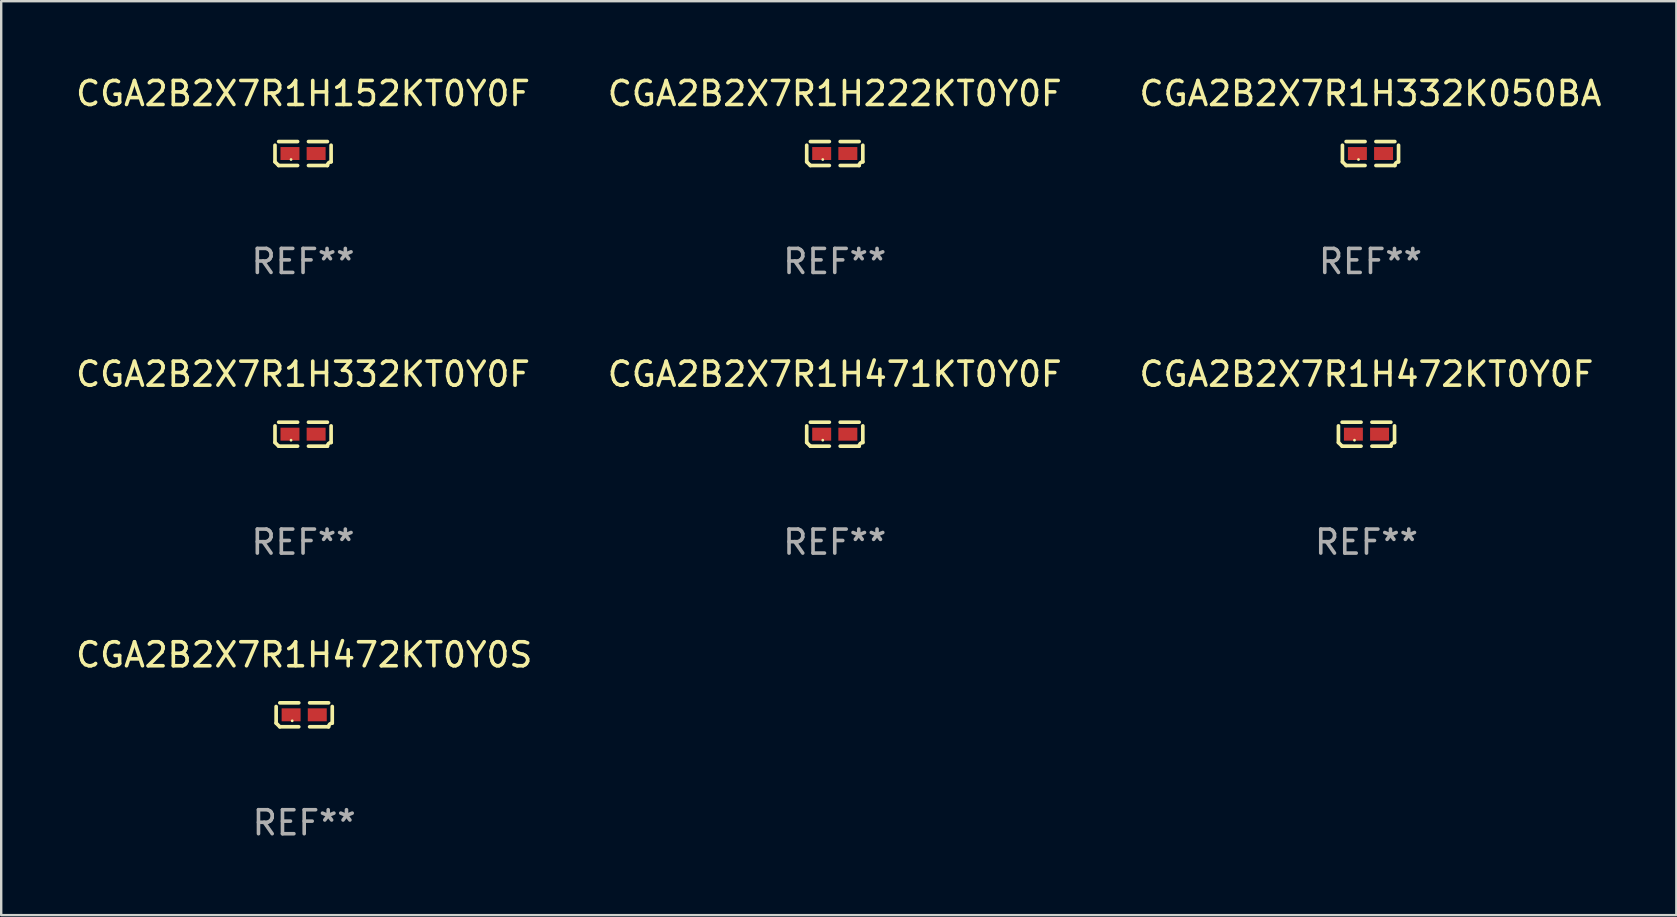
<source format=kicad_pcb>
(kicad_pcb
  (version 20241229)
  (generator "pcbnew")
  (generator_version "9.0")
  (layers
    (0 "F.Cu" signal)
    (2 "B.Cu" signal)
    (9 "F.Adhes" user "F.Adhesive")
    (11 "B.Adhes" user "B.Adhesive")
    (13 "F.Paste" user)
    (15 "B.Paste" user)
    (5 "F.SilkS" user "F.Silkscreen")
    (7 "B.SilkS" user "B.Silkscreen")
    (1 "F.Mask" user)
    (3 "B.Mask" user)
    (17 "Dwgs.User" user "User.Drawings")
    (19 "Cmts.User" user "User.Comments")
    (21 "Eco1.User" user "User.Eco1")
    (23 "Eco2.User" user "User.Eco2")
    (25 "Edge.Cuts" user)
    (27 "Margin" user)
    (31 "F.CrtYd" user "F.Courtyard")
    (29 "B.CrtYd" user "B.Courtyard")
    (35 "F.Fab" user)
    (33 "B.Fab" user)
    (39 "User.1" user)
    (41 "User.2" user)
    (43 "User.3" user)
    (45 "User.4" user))
  (footprint "CGA2B2X7R1H332KT0Y0F"
    (layer "F.Cu")
    (at 9.577 15.041)
    (property "Reference" "CGA2B2X7R1H332KT0Y0F" (at 0 -2.499 0) (layer "F.SilkS") (effects (font (size 1 1) (thickness 0.15))))
    (attr through_hole)
    (fp_line (start -1.169 0.346) (end -1.169 -0.346) (stroke (width 0.152) (type solid)) (layer "F.SilkS"))
    (fp_line (start -1.016 -0.499) (end -0.226 -0.499) (stroke (width 0.152) (type solid)) (layer "F.SilkS"))
    (fp_line (start -0.226 0.499) (end -1.016 0.499) (stroke (width 0.152) (type solid)) (layer "F.SilkS"))
    (fp_line (start 0.226 0.499) (end 1.016 0.499) (stroke (width 0.152) (type solid)) (layer "F.SilkS"))
    (fp_line (start 1.016 -0.499) (end 0.226 -0.499) (stroke (width 0.152) (type solid)) (layer "F.SilkS"))
    (fp_line (start 1.169 0.346) (end 1.169 -0.346) (stroke (width 0.152) (type solid)) (layer "F.SilkS"))
    (fp_arc (start -1.016307 0.498603) (mid -1.092512 0.422405) (end -1.16871 0.3462) (stroke (width 0.1524) (type solid)) (layer "F.SilkS"))
    (fp_arc (start 1.016307 0.498603) (mid 1.060899 0.390758) (end 1.168707 0.346076) (stroke (width 0.1524) (type solid)) (layer "F.SilkS"))
    (fp_circle (center -0.5 0.25) (end -0.47 0.25) (stroke (width 0.06) (type solid)) (fill no) (layer "F.SilkS"))
    (fp_text user "REF**" (at 0 4.499 0) (layer "F.Fab") (effects (font (size 1 1) (thickness 0.15))))
    (pad "1" smd rect (at -0.545 0) (size 0.79 0.54) (layers "F.Cu" "F.Mask" "F.Paste"))
    (pad "2" smd rect (at 0.545 0) (size 0.79 0.54) (layers "F.Cu" "F.Mask" "F.Paste")))
  (footprint "CGA2B2X7R1H332K050BA"
    (layer "F.Cu")
    (at 54.054 3.347)
    (property "Reference" "CGA2B2X7R1H332K050BA" (at 0 -2.499 0) (layer "F.SilkS") (effects (font (size 1 1) (thickness 0.15))))
    (attr through_hole)
    (fp_line (start -1.169 0.346) (end -1.169 -0.346) (stroke (width 0.152) (type solid)) (layer "F.SilkS"))
    (fp_line (start -1.016 -0.499) (end -0.226 -0.499) (stroke (width 0.152) (type solid)) (layer "F.SilkS"))
    (fp_line (start -0.226 0.499) (end -1.016 0.499) (stroke (width 0.152) (type solid)) (layer "F.SilkS"))
    (fp_line (start 0.226 0.499) (end 1.016 0.499) (stroke (width 0.152) (type solid)) (layer "F.SilkS"))
    (fp_line (start 1.016 -0.499) (end 0.226 -0.499) (stroke (width 0.152) (type solid)) (layer "F.SilkS"))
    (fp_line (start 1.169 0.346) (end 1.169 -0.346) (stroke (width 0.152) (type solid)) (layer "F.SilkS"))
    (fp_arc (start -1.016307 0.498603) (mid -1.092512 0.422405) (end -1.16871 0.3462) (stroke (width 0.1524) (type solid)) (layer "F.SilkS"))
    (fp_arc (start 1.016307 0.498603) (mid 1.060899 0.390758) (end 1.168707 0.346076) (stroke (width 0.1524) (type solid)) (layer "F.SilkS"))
    (fp_circle (center -0.5 0.25) (end -0.47 0.25) (stroke (width 0.06) (type solid)) (fill no) (layer "F.SilkS"))
    (fp_text user "REF**" (at 0 4.499 0) (layer "F.Fab") (effects (font (size 1 1) (thickness 0.15))))
    (pad "1" smd rect (at -0.545 0) (size 0.79 0.54) (layers "F.Cu" "F.Mask" "F.Paste"))
    (pad "2" smd rect (at 0.545 0) (size 0.79 0.54) (layers "F.Cu" "F.Mask" "F.Paste")))
  (footprint "CGA2B2X7R1H152KT0Y0F"
    (layer "F.Cu")
    (at 9.577 3.347)
    (property "Reference" "CGA2B2X7R1H152KT0Y0F" (at 0 -2.499 0) (layer "F.SilkS") (effects (font (size 1 1) (thickness 0.15))))
    (attr through_hole)
    (fp_line (start -1.169 0.346) (end -1.169 -0.346) (stroke (width 0.152) (type solid)) (layer "F.SilkS"))
    (fp_line (start -1.016 -0.499) (end -0.226 -0.499) (stroke (width 0.152) (type solid)) (layer "F.SilkS"))
    (fp_line (start -0.226 0.499) (end -1.016 0.499) (stroke (width 0.152) (type solid)) (layer "F.SilkS"))
    (fp_line (start 0.226 0.499) (end 1.016 0.499) (stroke (width 0.152) (type solid)) (layer "F.SilkS"))
    (fp_line (start 1.016 -0.499) (end 0.226 -0.499) (stroke (width 0.152) (type solid)) (layer "F.SilkS"))
    (fp_line (start 1.169 0.346) (end 1.169 -0.346) (stroke (width 0.152) (type solid)) (layer "F.SilkS"))
    (fp_arc (start -1.016307 0.498603) (mid -1.092512 0.422405) (end -1.16871 0.3462) (stroke (width 0.1524) (type solid)) (layer "F.SilkS"))
    (fp_arc (start 1.016307 0.498603) (mid 1.060899 0.390758) (end 1.168707 0.346076) (stroke (width 0.1524) (type solid)) (layer "F.SilkS"))
    (fp_circle (center -0.5 0.25) (end -0.47 0.25) (stroke (width 0.06) (type solid)) (fill no) (layer "F.SilkS"))
    (fp_text user "REF**" (at 0 4.499 0) (layer "F.Fab") (effects (font (size 1 1) (thickness 0.15))))
    (pad "1" smd rect (at -0.545 0) (size 0.79 0.54) (layers "F.Cu" "F.Mask" "F.Paste"))
    (pad "2" smd rect (at 0.545 0) (size 0.79 0.54) (layers "F.Cu" "F.Mask" "F.Paste")))
  (footprint "CGA2B2X7R1H472KT0Y0S"
    (layer "F.Cu")
    (at 9.625 26.734)
    (property "Reference" "CGA2B2X7R1H472KT0Y0S" (at 0 -2.499 0) (layer "F.SilkS") (effects (font (size 1 1) (thickness 0.15))))
    (attr through_hole)
    (fp_line (start -1.169 0.346) (end -1.169 -0.346) (stroke (width 0.152) (type solid)) (layer "F.SilkS"))
    (fp_line (start -1.016 -0.499) (end -0.226 -0.499) (stroke (width 0.152) (type solid)) (layer "F.SilkS"))
    (fp_line (start -0.226 0.499) (end -1.016 0.499) (stroke (width 0.152) (type solid)) (layer "F.SilkS"))
    (fp_line (start 0.226 0.499) (end 1.016 0.499) (stroke (width 0.152) (type solid)) (layer "F.SilkS"))
    (fp_line (start 1.016 -0.499) (end 0.226 -0.499) (stroke (width 0.152) (type solid)) (layer "F.SilkS"))
    (fp_line (start 1.169 0.346) (end 1.169 -0.346) (stroke (width 0.152) (type solid)) (layer "F.SilkS"))
    (fp_arc (start -1.016307 0.498603) (mid -1.092512 0.422405) (end -1.16871 0.3462) (stroke (width 0.1524) (type solid)) (layer "F.SilkS"))
    (fp_arc (start 1.016307 0.498603) (mid 1.060899 0.390758) (end 1.168707 0.346076) (stroke (width 0.1524) (type solid)) (layer "F.SilkS"))
    (fp_circle (center -0.5 0.25) (end -0.47 0.25) (stroke (width 0.06) (type solid)) (fill no) (layer "F.SilkS"))
    (fp_text user "REF**" (at 0 4.499 0) (layer "F.Fab") (effects (font (size 1 1) (thickness 0.15))))
    (pad "1" smd rect (at -0.545 0) (size 0.79 0.54) (layers "F.Cu" "F.Mask" "F.Paste"))
    (pad "2" smd rect (at 0.545 0) (size 0.79 0.54) (layers "F.Cu" "F.Mask" "F.Paste")))
  (footprint "CGA2B2X7R1H472KT0Y0F"
    (layer "F.Cu")
    (at 53.887 15.041)
    (property "Reference" "CGA2B2X7R1H472KT0Y0F" (at 0 -2.499 0) (layer "F.SilkS") (effects (font (size 1 1) (thickness 0.15))))
    (attr through_hole)
    (fp_line (start -1.169 0.346) (end -1.169 -0.346) (stroke (width 0.152) (type solid)) (layer "F.SilkS"))
    (fp_line (start -1.016 -0.499) (end -0.226 -0.499) (stroke (width 0.152) (type solid)) (layer "F.SilkS"))
    (fp_line (start -0.226 0.499) (end -1.016 0.499) (stroke (width 0.152) (type solid)) (layer "F.SilkS"))
    (fp_line (start 0.226 0.499) (end 1.016 0.499) (stroke (width 0.152) (type solid)) (layer "F.SilkS"))
    (fp_line (start 1.016 -0.499) (end 0.226 -0.499) (stroke (width 0.152) (type solid)) (layer "F.SilkS"))
    (fp_line (start 1.169 0.346) (end 1.169 -0.346) (stroke (width 0.152) (type solid)) (layer "F.SilkS"))
    (fp_arc (start -1.016307 0.498603) (mid -1.092512 0.422405) (end -1.16871 0.3462) (stroke (width 0.1524) (type solid)) (layer "F.SilkS"))
    (fp_arc (start 1.016307 0.498603) (mid 1.060899 0.390758) (end 1.168707 0.346076) (stroke (width 0.1524) (type solid)) (layer "F.SilkS"))
    (fp_circle (center -0.5 0.25) (end -0.47 0.25) (stroke (width 0.06) (type solid)) (fill no) (layer "F.SilkS"))
    (fp_text user "REF**" (at 0 4.499 0) (layer "F.Fab") (effects (font (size 1 1) (thickness 0.15))))
    (pad "1" smd rect (at -0.545 0) (size 0.79 0.54) (layers "F.Cu" "F.Mask" "F.Paste"))
    (pad "2" smd rect (at 0.545 0) (size 0.79 0.54) (layers "F.Cu" "F.Mask" "F.Paste")))
  (footprint "CGA2B2X7R1H471KT0Y0F"
    (layer "F.Cu")
    (at 31.732 15.041)
    (property "Reference" "CGA2B2X7R1H471KT0Y0F" (at 0 -2.499 0) (layer "F.SilkS") (effects (font (size 1 1) (thickness 0.15))))
    (attr through_hole)
    (fp_line (start -1.169 0.346) (end -1.169 -0.346) (stroke (width 0.152) (type solid)) (layer "F.SilkS"))
    (fp_line (start -1.016 -0.499) (end -0.226 -0.499) (stroke (width 0.152) (type solid)) (layer "F.SilkS"))
    (fp_line (start -0.226 0.499) (end -1.016 0.499) (stroke (width 0.152) (type solid)) (layer "F.SilkS"))
    (fp_line (start 0.226 0.499) (end 1.016 0.499) (stroke (width 0.152) (type solid)) (layer "F.SilkS"))
    (fp_line (start 1.016 -0.499) (end 0.226 -0.499) (stroke (width 0.152) (type solid)) (layer "F.SilkS"))
    (fp_line (start 1.169 0.346) (end 1.169 -0.346) (stroke (width 0.152) (type solid)) (layer "F.SilkS"))
    (fp_arc (start -1.016307 0.498603) (mid -1.092512 0.422405) (end -1.16871 0.3462) (stroke (width 0.1524) (type solid)) (layer "F.SilkS"))
    (fp_arc (start 1.016307 0.498603) (mid 1.060899 0.390758) (end 1.168707 0.346076) (stroke (width 0.1524) (type solid)) (layer "F.SilkS"))
    (fp_circle (center -0.5 0.25) (end -0.47 0.25) (stroke (width 0.06) (type solid)) (fill no) (layer "F.SilkS"))
    (fp_text user "REF**" (at 0 4.499 0) (layer "F.Fab") (effects (font (size 1 1) (thickness 0.15))))
    (pad "1" smd rect (at -0.545 0) (size 0.79 0.54) (layers "F.Cu" "F.Mask" "F.Paste"))
    (pad "2" smd rect (at 0.545 0) (size 0.79 0.54) (layers "F.Cu" "F.Mask" "F.Paste")))
  (footprint "CGA2B2X7R1H222KT0Y0F"
    (layer "F.Cu")
    (at 31.732 3.347)
    (property "Reference" "CGA2B2X7R1H222KT0Y0F" (at 0 -2.499 0) (layer "F.SilkS") (effects (font (size 1 1) (thickness 0.15))))
    (attr through_hole)
    (fp_line (start -1.169 0.346) (end -1.169 -0.346) (stroke (width 0.152) (type solid)) (layer "F.SilkS"))
    (fp_line (start -1.016 -0.499) (end -0.226 -0.499) (stroke (width 0.152) (type solid)) (layer "F.SilkS"))
    (fp_line (start -0.226 0.499) (end -1.016 0.499) (stroke (width 0.152) (type solid)) (layer "F.SilkS"))
    (fp_line (start 0.226 0.499) (end 1.016 0.499) (stroke (width 0.152) (type solid)) (layer "F.SilkS"))
    (fp_line (start 1.016 -0.499) (end 0.226 -0.499) (stroke (width 0.152) (type solid)) (layer "F.SilkS"))
    (fp_line (start 1.169 0.346) (end 1.169 -0.346) (stroke (width 0.152) (type solid)) (layer "F.SilkS"))
    (fp_arc (start -1.016307 0.498603) (mid -1.092512 0.422405) (end -1.16871 0.3462) (stroke (width 0.1524) (type solid)) (layer "F.SilkS"))
    (fp_arc (start 1.016307 0.498603) (mid 1.060899 0.390758) (end 1.168707 0.346076) (stroke (width 0.1524) (type solid)) (layer "F.SilkS"))
    (fp_circle (center -0.5 0.25) (end -0.47 0.25) (stroke (width 0.06) (type solid)) (fill no) (layer "F.SilkS"))
    (fp_text user "REF**" (at 0 4.499 0) (layer "F.Fab") (effects (font (size 1 1) (thickness 0.15))))
    (pad "1" smd rect (at -0.545 0) (size 0.79 0.54) (layers "F.Cu" "F.Mask" "F.Paste"))
    (pad "2" smd rect (at 0.545 0) (size 0.79 0.54) (layers "F.Cu" "F.Mask" "F.Paste")))
  (gr_rect
    (start -3 -3)
    (end 66.798 35.081)
    (stroke (width 0.1) (type default))
    (fill no)
    (layer "Edge.Cuts")))
</source>
